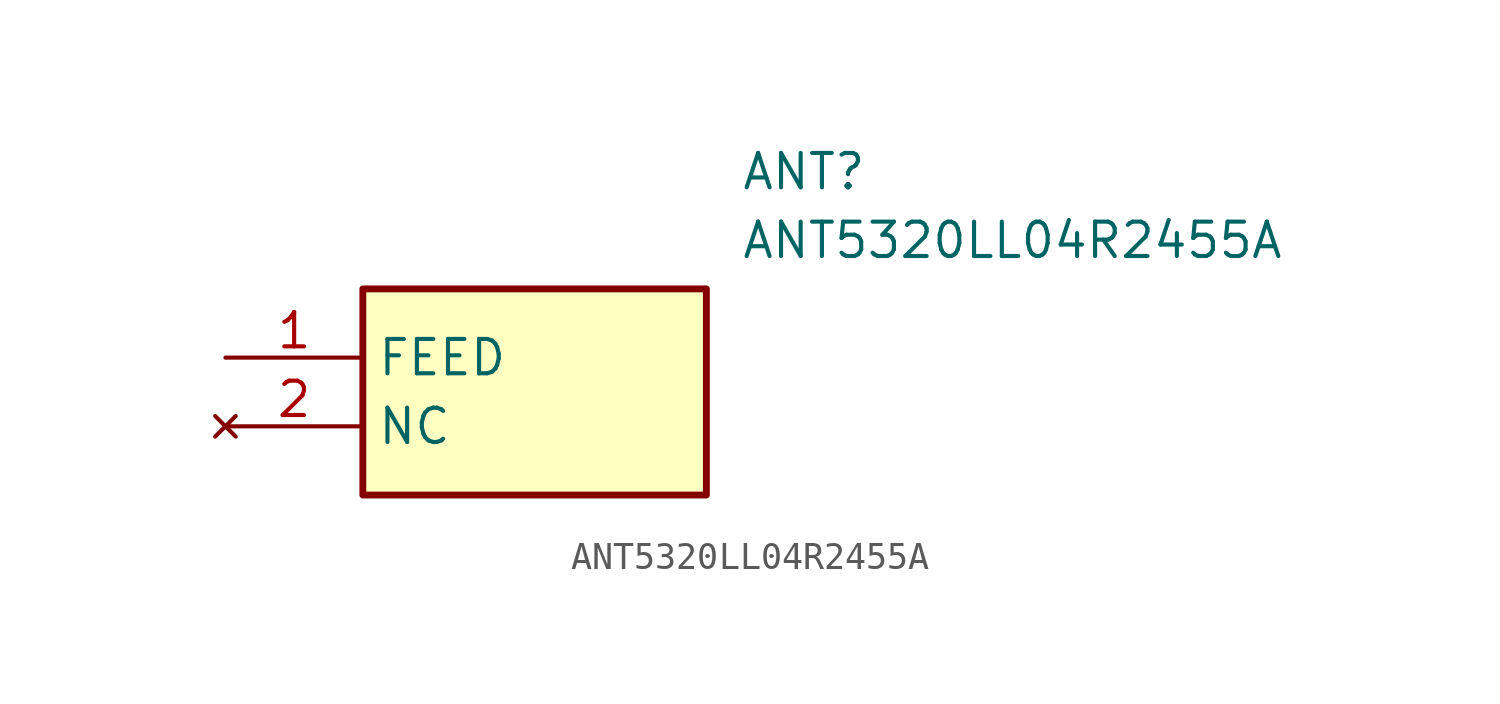
<source format=kicad_sym>
(kicad_symbol_lib
  (version 20211014)
  (generator SamacSys_ECAD_Model)
  (symbol "ANT5320LL04R2455A"
    (property "Reference" "ANT"
      (at 19.05 7.62 0)
      (effects (font (size 1.27 1.27)) (justify left top)))
    (property "Value" "ANT5320LL04R2455A"
      (at 19.05 5.08 0)
      (effects (font (size 1.27 1.27)) (justify left top)))
    (rectangle
      (start 5.08 2.54)
      (end 17.78 -5.08)
      (stroke (width 0.254) (type default))
      (fill (type background)))
    (pin input line
      (at 0 0 0)
      (length 5.08)
      (name "FEED" (effects (font (size 1.27 1.27))))
      (number "1" (effects (font (size 1.27 1.27)))))
    (pin no_connect line
      (at 0 -2.54 0)
      (length 5.08)
      (name "NC" (effects (font (size 1.27 1.27))))
      (number "2" (effects (font (size 1.27 1.27)))))))
</source>
